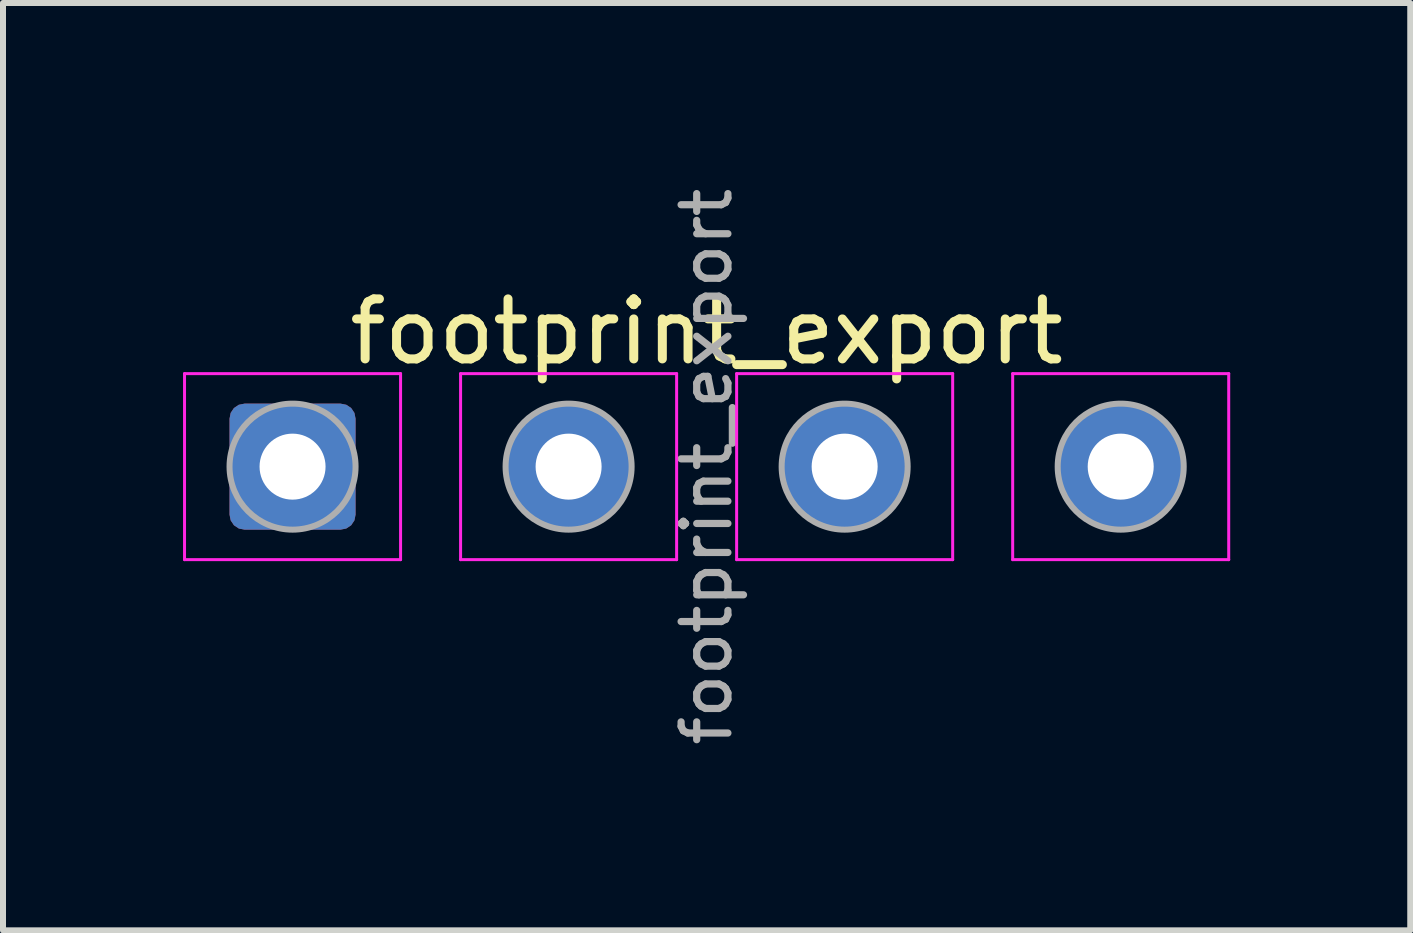
<source format=kicad_pcb>
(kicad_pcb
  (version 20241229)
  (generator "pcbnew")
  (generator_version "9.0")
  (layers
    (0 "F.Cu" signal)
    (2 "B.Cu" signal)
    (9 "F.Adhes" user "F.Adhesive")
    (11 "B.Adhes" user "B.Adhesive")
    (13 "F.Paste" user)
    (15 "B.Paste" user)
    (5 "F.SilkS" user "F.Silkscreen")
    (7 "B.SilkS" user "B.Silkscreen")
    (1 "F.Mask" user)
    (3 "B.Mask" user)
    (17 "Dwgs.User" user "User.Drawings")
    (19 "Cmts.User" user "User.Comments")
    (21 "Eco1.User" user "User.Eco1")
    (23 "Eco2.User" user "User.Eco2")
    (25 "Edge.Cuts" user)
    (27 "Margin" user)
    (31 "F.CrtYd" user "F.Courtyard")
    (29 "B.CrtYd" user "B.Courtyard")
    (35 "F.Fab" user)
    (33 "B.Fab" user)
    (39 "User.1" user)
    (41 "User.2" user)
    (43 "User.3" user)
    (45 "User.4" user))
  (footprint "footprint_export"
    (layer "F.Cu")
    (at 1.825 4.726)
    (property "Reference" "footprint_export" (at 6.9 -2.25 0) (layer "F.SilkS") (effects (font (size 1 1) (thickness 0.15))))
    (attr exclude_from_pos_files exclude_from_bom)
    (fp_line (start -1.8 -1.55) (end -1.8 1.55) (stroke (width 0.05) (type solid)) (layer "F.CrtYd"))
    (fp_line (start -1.8 1.55) (end 1.8 1.55) (stroke (width 0.05) (type solid)) (layer "F.CrtYd"))
    (fp_line (start 1.8 -1.55) (end -1.8 -1.55) (stroke (width 0.05) (type solid)) (layer "F.CrtYd"))
    (fp_line (start 1.8 1.55) (end 1.8 -1.55) (stroke (width 0.05) (type solid)) (layer "F.CrtYd"))
    (fp_line (start 2.8 -1.55) (end 2.8 1.55) (stroke (width 0.05) (type solid)) (layer "F.CrtYd"))
    (fp_line (start 2.8 1.55) (end 6.4 1.55) (stroke (width 0.05) (type solid)) (layer "F.CrtYd"))
    (fp_line (start 6.4 -1.55) (end 2.8 -1.55) (stroke (width 0.05) (type solid)) (layer "F.CrtYd"))
    (fp_line (start 6.4 1.55) (end 6.4 -1.55) (stroke (width 0.05) (type solid)) (layer "F.CrtYd"))
    (fp_line (start 7.4 -1.55) (end 7.4 1.55) (stroke (width 0.05) (type solid)) (layer "F.CrtYd"))
    (fp_line (start 7.4 1.55) (end 11 1.55) (stroke (width 0.05) (type solid)) (layer "F.CrtYd"))
    (fp_line (start 11 -1.55) (end 7.4 -1.55) (stroke (width 0.05) (type solid)) (layer "F.CrtYd"))
    (fp_line (start 11 1.55) (end 11 -1.55) (stroke (width 0.05) (type solid)) (layer "F.CrtYd"))
    (fp_line (start 12 -1.55) (end 12 1.55) (stroke (width 0.05) (type solid)) (layer "F.CrtYd"))
    (fp_line (start 12 1.55) (end 15.6 1.55) (stroke (width 0.05) (type solid)) (layer "F.CrtYd"))
    (fp_line (start 15.6 -1.55) (end 12 -1.55) (stroke (width 0.05) (type solid)) (layer "F.CrtYd"))
    (fp_line (start 15.6 1.55) (end 15.6 -1.55) (stroke (width 0.05) (type solid)) (layer "F.CrtYd"))
    (fp_circle (center 0 0) (end 1.05 0) (stroke (width 0.1) (type solid)) (fill no) (layer "F.Fab"))
    (fp_circle (center 4.6 0) (end 5.65 0) (stroke (width 0.1) (type solid)) (fill no) (layer "F.Fab"))
    (fp_circle (center 9.2 0) (end 10.25 0) (stroke (width 0.1) (type solid)) (fill no) (layer "F.Fab"))
    (fp_circle (center 13.8 0) (end 14.85 0) (stroke (width 0.1) (type solid)) (fill no) (layer "F.Fab"))
    (fp_text user "${REFERENCE}" (at 6.9 0 90) (layer "F.Fab") (effects (font (size 0.78 0.78) (thickness 0.12))))
    (pad "1" thru_hole roundrect (at 0 0) (size 2.1 2.1) (drill 1.1) (layers "*.Cu" "*.Mask") (roundrect_rratio 0.119))
    (pad "2" thru_hole circle (at 4.6 0) (size 2.1 2.1) (drill 1.1) (layers "*.Cu" "*.Mask"))
    (pad "3" thru_hole circle (at 9.2 0) (size 2.1 2.1) (drill 1.1) (layers "*.Cu" "*.Mask"))
    (pad "4" thru_hole circle (at 13.8 0) (size 2.1 2.1) (drill 1.1) (layers "*.Cu" "*.Mask")))
  (gr_rect
    (start -3 -3)
    (end 20.45 12.453)
    (stroke (width 0.1) (type default))
    (fill no)
    (layer "Edge.Cuts")))
</source>
